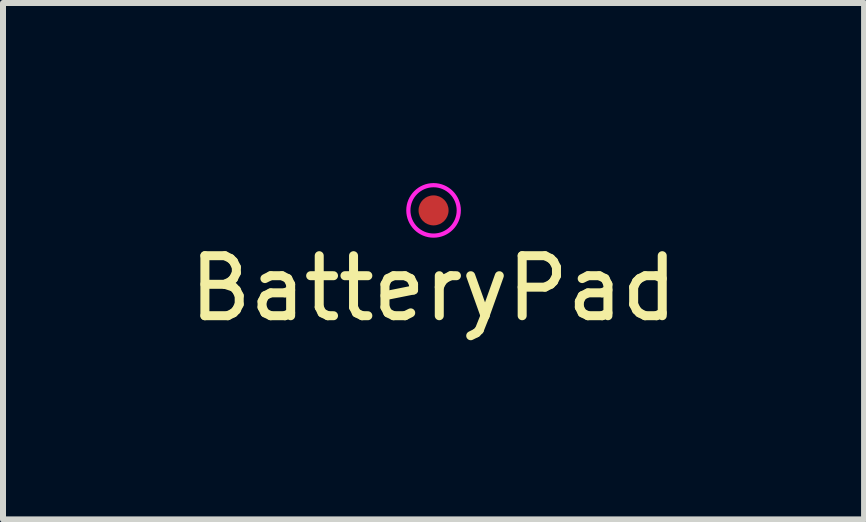
<source format=kicad_pcb>
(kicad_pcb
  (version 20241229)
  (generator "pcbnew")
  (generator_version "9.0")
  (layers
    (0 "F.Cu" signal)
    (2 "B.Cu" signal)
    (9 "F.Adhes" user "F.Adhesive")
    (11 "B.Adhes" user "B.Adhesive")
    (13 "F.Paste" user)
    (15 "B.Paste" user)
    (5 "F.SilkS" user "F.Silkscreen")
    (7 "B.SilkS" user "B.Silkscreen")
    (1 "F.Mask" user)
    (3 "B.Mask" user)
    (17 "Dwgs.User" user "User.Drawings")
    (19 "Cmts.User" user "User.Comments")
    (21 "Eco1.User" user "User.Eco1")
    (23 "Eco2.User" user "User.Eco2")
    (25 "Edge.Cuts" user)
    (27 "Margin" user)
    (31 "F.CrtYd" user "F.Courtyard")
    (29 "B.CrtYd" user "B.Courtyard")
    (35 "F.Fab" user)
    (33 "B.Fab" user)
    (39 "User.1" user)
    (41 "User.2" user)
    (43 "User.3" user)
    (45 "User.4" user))
  (footprint "BatteryPad"
    (layer "F.Cu")
    (at 4.173 0.455)
    (property "Reference" "BatteryPad" (at 0 1.3 0) (layer "F.SilkS") (effects (font (size 1 1) (thickness 0.15))))
    (attr through_hole)
    (fp_circle (center 0 0) (end 0.42 0) (stroke (width 0.07) (type solid)) (fill no) (layer "F.CrtYd"))
    (pad "1" smd circle (at 0 0) (size 0.5 0.5) (layers "F.Cu" "F.Mask" "F.Paste")))
  (gr_rect
    (start -3 -3)
    (end 11.345 5.603)
    (stroke (width 0.1) (type default))
    (fill no)
    (layer "Edge.Cuts")))
</source>
